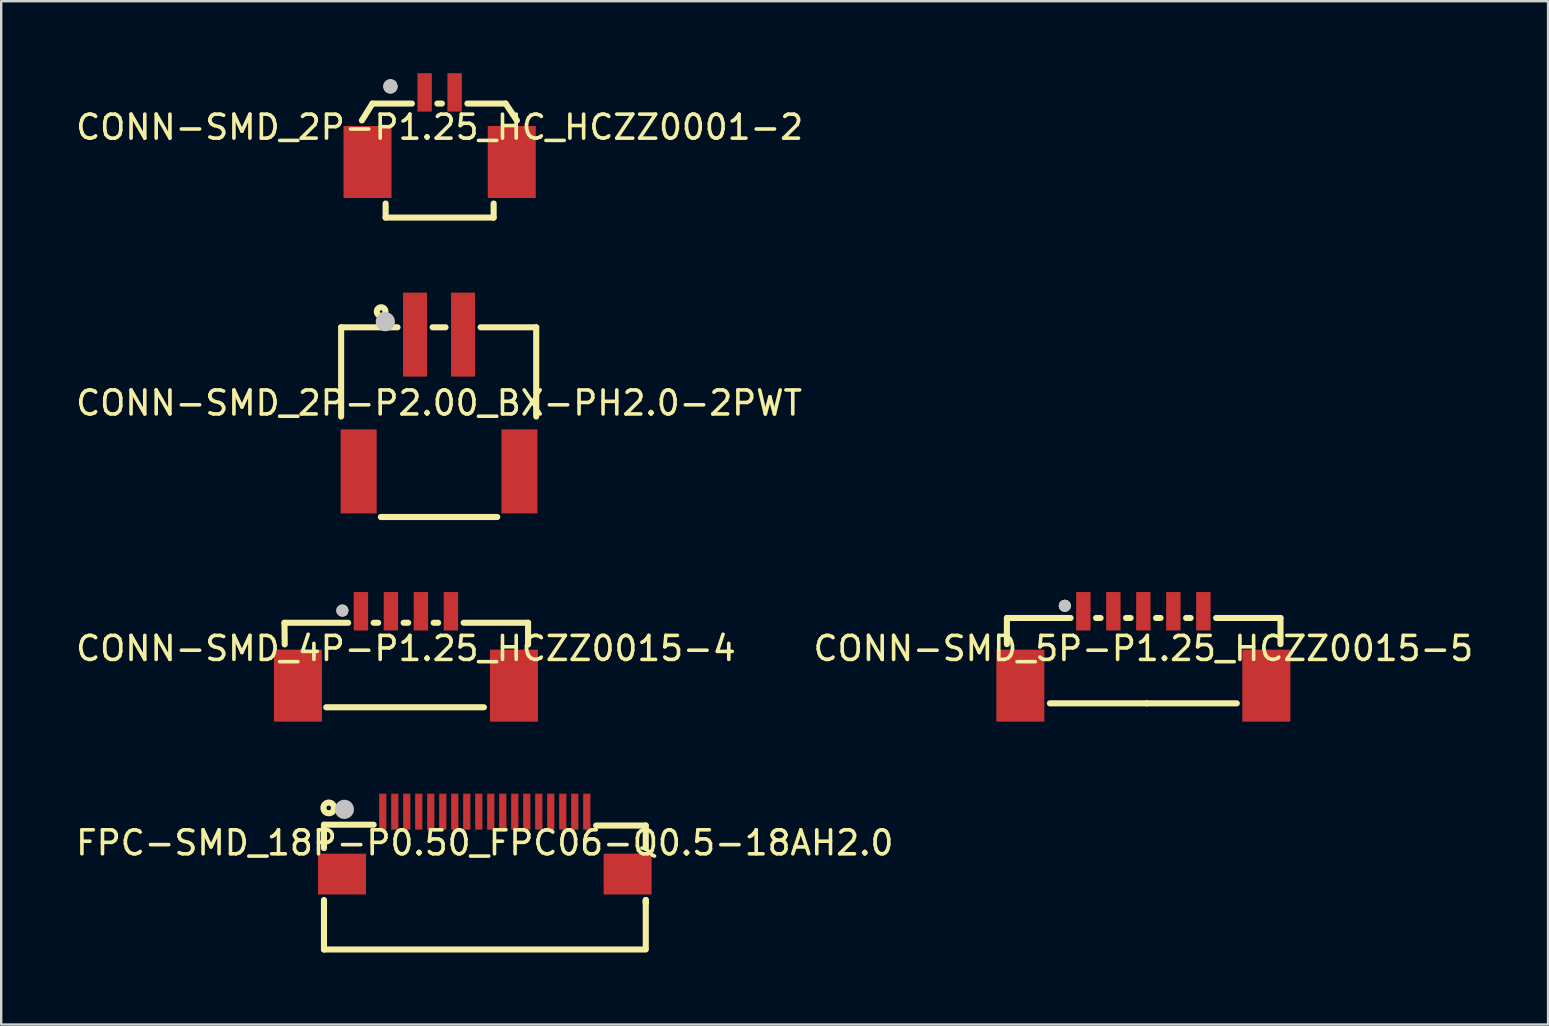
<source format=kicad_pcb>
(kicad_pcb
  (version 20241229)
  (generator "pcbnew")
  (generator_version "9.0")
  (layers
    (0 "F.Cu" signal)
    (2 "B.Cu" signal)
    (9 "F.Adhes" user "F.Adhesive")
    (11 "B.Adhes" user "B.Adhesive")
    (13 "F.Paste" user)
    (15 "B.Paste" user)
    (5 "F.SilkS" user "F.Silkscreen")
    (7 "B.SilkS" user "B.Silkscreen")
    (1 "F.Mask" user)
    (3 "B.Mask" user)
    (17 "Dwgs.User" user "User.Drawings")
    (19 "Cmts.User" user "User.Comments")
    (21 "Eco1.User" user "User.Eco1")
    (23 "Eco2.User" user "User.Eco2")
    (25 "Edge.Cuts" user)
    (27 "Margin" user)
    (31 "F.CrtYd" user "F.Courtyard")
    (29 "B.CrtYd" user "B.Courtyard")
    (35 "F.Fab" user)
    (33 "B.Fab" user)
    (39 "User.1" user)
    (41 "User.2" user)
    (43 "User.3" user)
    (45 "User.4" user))
  (footprint "CONN-SMD_4P-P1.25_HCZZ0015-4"
    (layer "F.Cu")
    (at 13.863 23.969)
    (property "Reference" "CONN-SMD_4P-P1.25_HCZZ0015-4" (at 0 0 0) (layer "F.SilkS") (effects (font (size 1 1) (thickness 0.15))))
    (fp_line (start -5.06 -1.07) (end -2.406 -1.07) (stroke (width 0.254) (type default)) (layer "F.SilkS"))
    (fp_line (start -5.05 -0.17) (end -5.06 -1.07) (stroke (width 0.254) (type default)) (layer "F.SilkS"))
    (fp_line (start -3.32 2.45) (end 3.25 2.45) (stroke (width 0.254) (type default)) (layer "F.SilkS"))
    (fp_line (start -1.344 -1.07) (end -1.156 -1.07) (stroke (width 0.254) (type default)) (layer "F.SilkS"))
    (fp_line (start -0.094 -1.07) (end 0.094 -1.07) (stroke (width 0.254) (type default)) (layer "F.SilkS"))
    (fp_line (start 1.157 -1.07) (end 1.344 -1.07) (stroke (width 0.254) (type default)) (layer "F.SilkS"))
    (fp_line (start 2.406 -1.07) (end 5.09 -1.07) (stroke (width 0.254) (type default)) (layer "F.SilkS"))
    (fp_line (start 5.09 -1.07) (end 5.09 -0.16) (stroke (width 0.254) (type default)) (layer "F.SilkS"))
    (fp_circle (center -2.647 -1.578) (end -2.52 -1.578) (stroke (width 0.254) (type default)) (fill no) (layer "F.SilkS"))
    (fp_circle (center -2.647 -1.578) (end -2.52 -1.578) (stroke (width 0.254) (type default)) (fill no) (layer "Dwgs.User"))
    (fp_poly (pts (xy -5 0.95) (xy -4 0.95) (xy -4 2.45) (xy -5 2.45)) (stroke (width 0.1) (type default)) (fill no) (layer "User.1"))
    (fp_poly (pts (xy -2.025 -1.85) (xy -1.725 -1.85) (xy -1.725 -0.85) (xy -2.025 -0.85)) (stroke (width 0.1) (type default)) (fill no) (layer "User.1"))
    (fp_poly (pts (xy -0.775 -1.85) (xy -0.475 -1.85) (xy -0.475 -0.85) (xy -0.775 -0.85)) (stroke (width 0.1) (type default)) (fill no) (layer "User.1"))
    (fp_poly (pts (xy 0.475 -1.85) (xy 0.775 -1.85) (xy 0.775 -0.85) (xy 0.475 -0.85)) (stroke (width 0.1) (type default)) (fill no) (layer "User.1"))
    (fp_poly (pts (xy 1.726 -1.85) (xy 2.026 -1.85) (xy 2.026 -0.85) (xy 1.726 -0.85)) (stroke (width 0.1) (type default)) (fill no) (layer "User.1"))
    (fp_poly (pts (xy 4 0.95) (xy 5 0.95) (xy 5 2.45) (xy 4 2.45)) (stroke (width 0.1) (type default)) (fill no) (layer "User.1"))
    (fp_line (start -5.05 -1.05) (end 5.05 -1.05) (stroke (width 0.051) (type default)) (layer "User.2"))
    (fp_line (start -5.05 2.45) (end -5.05 -1.05) (stroke (width 0.051) (type default)) (layer "User.2"))
    (fp_line (start 5.05 -1.05) (end 5.05 2.45) (stroke (width 0.051) (type default)) (layer "User.2"))
    (fp_line (start 5.05 2.45) (end -5.05 2.45) (stroke (width 0.051) (type default)) (layer "User.2"))
    (fp_poly (pts (xy -4.995 -1.873) (xy -5.027 -1.905) (xy -5.073 -1.905) (xy -5.105 -1.873) (xy -5.105 -1.827) (xy -5.073 -1.795) (xy -5.027 -1.795) (xy -4.995 -1.827)) (stroke (width 0.1) (type default)) (fill no) (layer "User.3"))
    (pad "1" smd rect (at -1.875 -1.55) (size 0.6 1.6) (layers "F.Cu" "F.Mask" "F.Paste"))
    (pad "2" smd rect (at -0.625 -1.55) (size 0.6 1.6) (layers "F.Cu" "F.Mask" "F.Paste"))
    (pad "3" smd rect (at 0.625 -1.55) (size 0.6 1.6) (layers "F.Cu" "F.Mask" "F.Paste"))
    (pad "4" smd rect (at 1.875 -1.55) (size 0.6 1.6) (layers "F.Cu" "F.Mask" "F.Paste"))
    (pad "5" smd rect (at -4.5 1.55) (size 2 3) (layers "F.Cu" "F.Mask" "F.Paste"))
    (pad "6" smd rect (at 4.5 1.55) (size 2 3) (layers "F.Cu" "F.Mask" "F.Paste")))
  (footprint "FPC-SMD_18P-P0.50_FPC06-Q0.5-18AH2.0"
    (layer "F.Cu")
    (at 17.149 32.069)
    (property "Reference" "FPC-SMD_18P-P0.50_FPC06-Q0.5-18AH2.0" (at 0 0 0) (layer "F.SilkS") (effects (font (size 1 1) (thickness 0.15))))
    (fp_line (start -6.7 -0.756) (end -6.7 0.219) (stroke (width 0.254) (type default)) (layer "F.SilkS"))
    (fp_line (start -6.7 -0.756) (end -4.631 -0.756) (stroke (width 0.254) (type default)) (layer "F.SilkS"))
    (fp_line (start -6.7 2.381) (end -6.7 2.511) (stroke (width 0.254) (type default)) (layer "F.SilkS"))
    (fp_line (start -6.7 4.443) (end -6.7 2.511) (stroke (width 0.254) (type default)) (layer "F.SilkS"))
    (fp_line (start -6.7 4.443) (end 6.708 4.443) (stroke (width 0.254) (type default)) (layer "F.SilkS"))
    (fp_line (start 6.708 -0.722) (end 4.639 -0.722) (stroke (width 0.254) (type default)) (layer "F.SilkS"))
    (fp_line (start 6.708 -0.722) (end 6.708 0.219) (stroke (width 0.254) (type default)) (layer "F.SilkS"))
    (fp_line (start 6.708 2.381) (end 6.708 2.518) (stroke (width 0.254) (type default)) (layer "F.SilkS"))
    (fp_line (start 6.708 2.454) (end 6.708 2.381) (stroke (width 0.254) (type default)) (layer "F.SilkS"))
    (fp_line (start 6.708 2.454) (end 6.708 4.386) (stroke (width 0.254) (type default)) (layer "F.SilkS"))
    (fp_circle (center -6.5 -1.456) (end -6.277 -1.456) (stroke (width 0.254) (type default)) (fill no) (layer "F.SilkS"))
    (fp_circle (center -5.85 -1.397) (end -5.65 -1.397) (stroke (width 0.4) (type default)) (fill no) (layer "Dwgs.User"))
    (fp_poly (pts (xy -5.25 0.88) (xy -5.25 1.881) (xy -6.7 1.881) (xy -6.7 0.88)) (stroke (width 0.1) (type default)) (fill no) (layer "User.1"))
    (fp_poly (pts (xy -4.35 -1.657) (xy -4.15 -1.657) (xy -4.15 -0.707) (xy -4.35 -0.707)) (stroke (width 0.1) (type default)) (fill no) (layer "User.1"))
    (fp_poly (pts (xy -3.85 -1.657) (xy -3.651 -1.657) (xy -3.651 -0.707) (xy -3.85 -0.707)) (stroke (width 0.1) (type default)) (fill no) (layer "User.1"))
    (fp_poly (pts (xy -3.35 -1.657) (xy -3.15 -1.657) (xy -3.15 -0.707) (xy -3.35 -0.707)) (stroke (width 0.1) (type default)) (fill no) (layer "User.1"))
    (fp_poly (pts (xy -2.85 -1.657) (xy -2.651 -1.657) (xy -2.651 -0.707) (xy -2.85 -0.707)) (stroke (width 0.1) (type default)) (fill no) (layer "User.1"))
    (fp_poly (pts (xy -2.35 -1.657) (xy -2.15 -1.657) (xy -2.15 -0.707) (xy -2.35 -0.707)) (stroke (width 0.1) (type default)) (fill no) (layer "User.1"))
    (fp_poly (pts (xy -1.851 -1.657) (xy -1.651 -1.657) (xy -1.651 -0.707) (xy -1.851 -0.707)) (stroke (width 0.1) (type default)) (fill no) (layer "User.1"))
    (fp_poly (pts (xy -1.35 -1.657) (xy -1.15 -1.657) (xy -1.15 -0.707) (xy -1.35 -0.707)) (stroke (width 0.1) (type default)) (fill no) (layer "User.1"))
    (fp_poly (pts (xy -0.851 -1.657) (xy -0.65 -1.657) (xy -0.65 -0.707) (xy -0.851 -0.707)) (stroke (width 0.1) (type default)) (fill no) (layer "User.1"))
    (fp_poly (pts (xy -0.35 -1.657) (xy -0.15 -1.657) (xy -0.15 -0.707) (xy -0.35 -0.707)) (stroke (width 0.1) (type default)) (fill no) (layer "User.1"))
    (fp_poly (pts (xy 0.149 -1.657) (xy 0.349 -1.657) (xy 0.349 -0.707) (xy 0.149 -0.707)) (stroke (width 0.1) (type default)) (fill no) (layer "User.1"))
    (fp_poly (pts (xy 0.65 -1.657) (xy 0.85 -1.657) (xy 0.85 -0.707) (xy 0.65 -0.707)) (stroke (width 0.1) (type default)) (fill no) (layer "User.1"))
    (fp_poly (pts (xy 1.149 -1.657) (xy 1.349 -1.657) (xy 1.349 -0.707) (xy 1.149 -0.707)) (stroke (width 0.1) (type default)) (fill no) (layer "User.1"))
    (fp_poly (pts (xy 1.65 -1.657) (xy 1.85 -1.657) (xy 1.85 -0.707) (xy 1.65 -0.707)) (stroke (width 0.1) (type default)) (fill no) (layer "User.1"))
    (fp_poly (pts (xy 2.15 -1.657) (xy 2.349 -1.657) (xy 2.349 -0.707) (xy 2.15 -0.707)) (stroke (width 0.1) (type default)) (fill no) (layer "User.1"))
    (fp_poly (pts (xy 2.65 -1.657) (xy 2.85 -1.657) (xy 2.85 -0.707) (xy 2.65 -0.707)) (stroke (width 0.1) (type default)) (fill no) (layer "User.1"))
    (fp_poly (pts (xy 3.15 -1.657) (xy 3.349 -1.657) (xy 3.349 -0.707) (xy 3.15 -0.707)) (stroke (width 0.1) (type default)) (fill no) (layer "User.1"))
    (fp_poly (pts (xy 3.65 -1.657) (xy 3.85 -1.657) (xy 3.85 -0.707) (xy 3.65 -0.707)) (stroke (width 0.1) (type default)) (fill no) (layer "User.1"))
    (fp_poly (pts (xy 4.149 -1.657) (xy 4.349 -1.657) (xy 4.349 -0.707) (xy 4.149 -0.707)) (stroke (width 0.1) (type default)) (fill no) (layer "User.1"))
    (fp_poly (pts (xy 6.7 0.881) (xy 6.7 1.881) (xy 5.25 1.881) (xy 5.25 0.881)) (stroke (width 0.1) (type default)) (fill no) (layer "User.1"))
    (fp_line (start -6.7 -0.756) (end 6.7 -0.756) (stroke (width 0.051) (type default)) (layer "User.2"))
    (fp_line (start -6.7 4.444) (end -6.7 -0.756) (stroke (width 0.051) (type default)) (layer "User.2"))
    (fp_line (start 6.7 -0.756) (end 6.7 4.444) (stroke (width 0.051) (type default)) (layer "User.2"))
    (fp_line (start 6.7 4.444) (end -6.7 4.444) (stroke (width 0.051) (type default)) (layer "User.2"))
    (fp_poly (pts (xy -6.645 -1.68) (xy -6.678 -1.712) (xy -6.723 -1.712) (xy -6.756 -1.68) (xy -6.756 -1.634) (xy -6.723 -1.602) (xy -6.678 -1.602) (xy -6.645 -1.634)) (stroke (width 0.1) (type default)) (fill no) (layer "User.3"))
    (pad "1" smd rect (at -4.25 -1.3) (size 0.3 1.5) (layers "F.Cu" "F.Mask" "F.Paste"))
    (pad "2" smd rect (at -3.75 -1.3) (size 0.3 1.5) (layers "F.Cu" "F.Mask" "F.Paste"))
    (pad "3" smd rect (at -3.25 -1.3) (size 0.3 1.5) (layers "F.Cu" "F.Mask" "F.Paste"))
    (pad "4" smd rect (at -2.75 -1.3) (size 0.3 1.5) (layers "F.Cu" "F.Mask" "F.Paste"))
    (pad "5" smd rect (at -2.25 -1.3) (size 0.3 1.5) (layers "F.Cu" "F.Mask" "F.Paste"))
    (pad "6" smd rect (at -1.75 -1.3) (size 0.3 1.5) (layers "F.Cu" "F.Mask" "F.Paste"))
    (pad "7" smd rect (at -1.25 -1.3) (size 0.3 1.5) (layers "F.Cu" "F.Mask" "F.Paste"))
    (pad "8" smd rect (at -0.75 -1.3) (size 0.3 1.5) (layers "F.Cu" "F.Mask" "F.Paste"))
    (pad "9" smd rect (at -0.25 -1.3) (size 0.3 1.5) (layers "F.Cu" "F.Mask" "F.Paste"))
    (pad "10" smd rect (at 0.25 -1.3) (size 0.3 1.5) (layers "F.Cu" "F.Mask" "F.Paste"))
    (pad "11" smd rect (at 0.75 -1.3) (size 0.3 1.5) (layers "F.Cu" "F.Mask" "F.Paste"))
    (pad "12" smd rect (at 1.25 -1.3) (size 0.3 1.5) (layers "F.Cu" "F.Mask" "F.Paste"))
    (pad "13" smd rect (at 1.75 -1.3) (size 0.3 1.5) (layers "F.Cu" "F.Mask" "F.Paste"))
    (pad "14" smd rect (at 2.25 -1.3) (size 0.3 1.5) (layers "F.Cu" "F.Mask" "F.Paste"))
    (pad "15" smd rect (at 2.75 -1.3) (size 0.3 1.5) (layers "F.Cu" "F.Mask" "F.Paste"))
    (pad "16" smd rect (at 3.25 -1.3) (size 0.3 1.5) (layers "F.Cu" "F.Mask" "F.Paste"))
    (pad "17" smd rect (at 3.75 -1.3) (size 0.3 1.5) (layers "F.Cu" "F.Mask" "F.Paste"))
    (pad "18" smd rect (at 4.25 -1.3) (size 0.3 1.5) (layers "F.Cu" "F.Mask" "F.Paste"))
    (pad "19" smd rect (at -5.95 1.3 90) (size 1.7 2) (layers "F.Cu" "F.Mask" "F.Paste"))
    (pad "20" smd rect (at 5.95 1.3 90) (size 1.7 2) (layers "F.Cu" "F.Mask" "F.Paste")))
  (footprint "CONN-SMD_2P-P2.00_BX-PH2.0-2PWT"
    (layer "F.Cu")
    (at 15.244 13.742)
    (property "Reference" "CONN-SMD_2P-P2.00_BX-PH2.0-2PWT" (at 0 0 0) (layer "F.SilkS") (effects (font (size 1 1) (thickness 0.15))))
    (fp_line (start -4.08 -3.155) (end -4.08 0.564) (stroke (width 0.254) (type default)) (layer "F.SilkS"))
    (fp_line (start -1.731 -3.155) (end -4.08 -3.155) (stroke (width 0.254) (type default)) (layer "F.SilkS"))
    (fp_line (start 0.269 -3.155) (end -0.269 -3.155) (stroke (width 0.254) (type default)) (layer "F.SilkS"))
    (fp_line (start 2.425 4.75) (end -2.425 4.75) (stroke (width 0.254) (type default)) (layer "F.SilkS"))
    (fp_line (start 4.048 -3.155) (end 1.732 -3.155) (stroke (width 0.254) (type default)) (layer "F.SilkS"))
    (fp_line (start 4.048 -3.155) (end 4.048 0.564) (stroke (width 0.254) (type default)) (layer "F.SilkS"))
    (fp_circle (center -2.413 -3.81) (end -2.233 -3.81) (stroke (width 0.254) (type default)) (fill no) (layer "F.SilkS"))
    (fp_circle (center -2.239 -3.389) (end -2.039 -3.389) (stroke (width 0.4) (type default)) (fill no) (layer "Dwgs.User"))
    (fp_poly (pts (xy -3.55 1.935) (xy -3.249 1.935) (xy -3.249 4.435) (xy -3.55 4.435)) (stroke (width 0.1) (type default)) (fill no) (layer "User.1"))
    (fp_poly (pts (xy -1.25 -4.045) (xy -0.75 -4.045) (xy -0.75 -1.545) (xy -1.25 -1.545)) (stroke (width 0.1) (type default)) (fill no) (layer "User.1"))
    (fp_poly (pts (xy 0.75 -4.045) (xy 1.25 -4.045) (xy 1.25 -1.545) (xy 0.75 -1.545)) (stroke (width 0.1) (type default)) (fill no) (layer "User.1"))
    (fp_poly (pts (xy 3.251 1.935) (xy 3.55 1.935) (xy 3.55 4.435) (xy 3.251 4.435)) (stroke (width 0.1) (type default)) (fill no) (layer "User.1"))
    (fp_line (start -3.984 -3.155) (end 4.016 -3.155) (stroke (width 0.051) (type default)) (layer "User.2"))
    (fp_line (start -3.984 4.435) (end -3.984 -3.155) (stroke (width 0.051) (type default)) (layer "User.2"))
    (fp_line (start 4.016 -3.155) (end 4.016 4.435) (stroke (width 0.051) (type default)) (layer "User.2"))
    (fp_line (start 4.016 4.435) (end -3.984 4.435) (stroke (width 0.051) (type default)) (layer "User.2"))
    (fp_poly (pts (xy -3.928 -4.068) (xy -3.961 -4.1) (xy -4.006 -4.1) (xy -4.039 -4.068) (xy -4.039 -4.022) (xy -4.006 -3.99) (xy -3.961 -3.99) (xy -3.928 -4.022)) (stroke (width 0.1) (type default)) (fill no) (layer "User.3"))
    (pad "1" smd rect (at -1 -2.85) (size 1 3.5) (layers "F.Cu" "F.Mask" "F.Paste"))
    (pad "2" smd rect (at 1 -2.85) (size 1 3.5) (layers "F.Cu" "F.Mask" "F.Paste"))
    (pad "3" smd rect (at 3.35 2.85) (size 1.5 3.5) (layers "F.Cu" "F.Mask" "F.Paste"))
    (pad "4" smd rect (at -3.35 2.85) (size 1.5 3.5) (layers "F.Cu" "F.Mask" "F.Paste")))
  (footprint "CONN-SMD_2P-P1.25_HC_HCZZ0001-2"
    (layer "F.Cu")
    (at 15.268 2.25)
    (property "Reference" "CONN-SMD_2P-P1.25_HC_HCZZ0001-2" (at 0 0 0) (layer "F.SilkS") (effects (font (size 1 1) (thickness 0.15))))
    (fp_line (start -2.8 -0.985) (end -3.24 -0.281) (stroke (width 0.254) (type default)) (layer "F.SilkS"))
    (fp_line (start -2.8 -0.985) (end -1.156 -0.985) (stroke (width 0.254) (type default)) (layer "F.SilkS"))
    (fp_line (start -2.25 3.765) (end -2.25 3.181) (stroke (width 0.254) (type default)) (layer "F.SilkS"))
    (fp_line (start -2.25 3.765) (end 2.25 3.765) (stroke (width 0.254) (type default)) (layer "F.SilkS"))
    (fp_line (start -0.094 -0.985) (end 0.094 -0.985) (stroke (width 0.254) (type default)) (layer "F.SilkS"))
    (fp_line (start 1.156 -0.985) (end 2.75 -0.985) (stroke (width 0.254) (type default)) (layer "F.SilkS"))
    (fp_line (start 2.25 3.765) (end 2.25 3.181) (stroke (width 0.254) (type default)) (layer "F.SilkS"))
    (fp_line (start 2.75 -0.985) (end 3.22 -0.281) (stroke (width 0.254) (type default)) (layer "F.SilkS"))
    (fp_circle (center -2.05 -1.7) (end -1.9 -1.7) (stroke (width 0.3) (type default)) (fill no) (layer "F.SilkS"))
    (fp_circle (center -2.05 -1.7) (end -1.9 -1.7) (stroke (width 0.3) (type default)) (fill no) (layer "Dwgs.User"))
    (fp_poly (pts (xy -3.755 0.45) (xy -2.255 0.45) (xy -2.255 2.45) (xy -3.755 2.45)) (stroke (width 0.1) (type default)) (fill no) (layer "User.1"))
    (fp_poly (pts (xy -0.775 -1.685) (xy -0.475 -1.685) (xy -0.475 -0.685) (xy -0.775 -0.685)) (stroke (width 0.1) (type default)) (fill no) (layer "User.1"))
    (fp_poly (pts (xy 0.475 -1.685) (xy 0.775 -1.685) (xy 0.775 -0.685) (xy 0.475 -0.685)) (stroke (width 0.1) (type default)) (fill no) (layer "User.1"))
    (fp_poly (pts (xy 2.255 0.45) (xy 3.755 0.45) (xy 3.755 2.45) (xy 2.255 2.45)) (stroke (width 0.1) (type default)) (fill no) (layer "User.1"))
    (fp_line (start -3.75 0.565) (end -3.75 2.415) (stroke (width 0.051) (type default)) (layer "User.2"))
    (fp_line (start -3.75 2.415) (end -2.25 2.415) (stroke (width 0.051) (type default)) (layer "User.2"))
    (fp_line (start -2.8 -0.985) (end -3.75 0.565) (stroke (width 0.051) (type default)) (layer "User.2"))
    (fp_line (start -2.25 2.415) (end -2.25 3.765) (stroke (width 0.051) (type default)) (layer "User.2"))
    (fp_line (start -2.25 3.765) (end 2.25 3.765) (stroke (width 0.051) (type default)) (layer "User.2"))
    (fp_line (start 2.25 2.415) (end 3.75 2.415) (stroke (width 0.051) (type default)) (layer "User.2"))
    (fp_line (start 2.25 3.765) (end 2.25 2.415) (stroke (width 0.051) (type default)) (layer "User.2"))
    (fp_line (start 2.75 -0.985) (end -2.8 -0.985) (stroke (width 0.051) (type default)) (layer "User.2"))
    (fp_line (start 3.75 0.565) (end 2.75 -0.985) (stroke (width 0.051) (type default)) (layer "User.2"))
    (fp_line (start 3.75 2.415) (end 3.75 0.565) (stroke (width 0.051) (type default)) (layer "User.2"))
    (fp_poly (pts (xy -3.7 -1.708) (xy -3.732 -1.74) (xy -3.778 -1.74) (xy -3.81 -1.708) (xy -3.81 -1.662) (xy -3.778 -1.63) (xy -3.732 -1.63) (xy -3.7 -1.662)) (stroke (width 0.1) (type default)) (fill no) (layer "User.3"))
    (pad "1" smd rect (at -0.625 -1.45) (size 0.6 1.6) (layers "F.Cu" "F.Mask" "F.Paste"))
    (pad "2" smd rect (at 0.625 -1.45) (size 0.6 1.6) (layers "F.Cu" "F.Mask" "F.Paste"))
    (pad "3" smd rect (at -3.005 1.45) (size 2 3) (layers "F.Cu" "F.Mask" "F.Paste"))
    (pad "4" smd rect (at 3.005 1.45) (size 2 3) (layers "F.Cu" "F.Mask" "F.Paste")))
  (footprint "CONN-SMD_5P-P1.25_HCZZ0015-5"
    (layer "F.Cu")
    (at 44.589 23.969)
    (property "Reference" "CONN-SMD_5P-P1.25_HCZZ0015-5" (at 0 0 0) (layer "F.SilkS") (effects (font (size 1 1) (thickness 0.15))))
    (fp_line (start -5.685 -1.27) (end -3.031 -1.27) (stroke (width 0.254) (type default)) (layer "F.SilkS"))
    (fp_line (start -5.685 -0.181) (end -5.685 -1.27) (stroke (width 0.254) (type default)) (layer "F.SilkS"))
    (fp_line (start -1.969 -1.27) (end -1.781 -1.27) (stroke (width 0.254) (type default)) (layer "F.SilkS"))
    (fp_line (start -0.719 -1.27) (end -0.531 -1.27) (stroke (width 0.254) (type default)) (layer "F.SilkS"))
    (fp_line (start 0.144 2.286) (end -3.894 2.286) (stroke (width 0.254) (type default)) (layer "F.SilkS"))
    (fp_line (start 0.144 2.286) (end 3.894 2.286) (stroke (width 0.254) (type default)) (layer "F.SilkS"))
    (fp_line (start 0.531 -1.27) (end 0.719 -1.27) (stroke (width 0.254) (type default)) (layer "F.SilkS"))
    (fp_line (start 1.782 -1.27) (end 1.97 -1.27) (stroke (width 0.254) (type default)) (layer "F.SilkS"))
    (fp_line (start 3.031 -1.27) (end 5.715 -1.27) (stroke (width 0.254) (type default)) (layer "F.SilkS"))
    (fp_line (start 5.715 -1.27) (end 5.715 -0.181) (stroke (width 0.254) (type default)) (layer "F.SilkS"))
    (fp_circle (center -3.272 -1.778) (end -3.145 -1.778) (stroke (width 0.254) (type default)) (fill no) (layer "F.SilkS"))
    (fp_circle (center -3.272 -1.778) (end -3.145 -1.778) (stroke (width 0.254) (type default)) (fill no) (layer "Dwgs.User"))
    (fp_poly (pts (xy -5.625 0.75) (xy -4.625 0.75) (xy -4.625 2.25) (xy -5.625 2.25)) (stroke (width 0.1) (type default)) (fill no) (layer "User.1"))
    (fp_poly (pts (xy -2.65 -2.05) (xy -2.35 -2.05) (xy -2.35 -1.05) (xy -2.65 -1.05)) (stroke (width 0.1) (type default)) (fill no) (layer "User.1"))
    (fp_poly (pts (xy -1.4 -2.05) (xy -1.1 -2.05) (xy -1.1 -1.05) (xy -1.4 -1.05)) (stroke (width 0.1) (type default)) (fill no) (layer "User.1"))
    (fp_poly (pts (xy -0.149 -2.05) (xy 0.15 -2.05) (xy 0.15 -1.05) (xy -0.149 -1.05)) (stroke (width 0.1) (type default)) (fill no) (layer "User.1"))
    (fp_poly (pts (xy 1.101 -2.05) (xy 1.401 -2.05) (xy 1.401 -1.05) (xy 1.101 -1.05)) (stroke (width 0.1) (type default)) (fill no) (layer "User.1"))
    (fp_poly (pts (xy 2.35 -2.05) (xy 2.651 -2.05) (xy 2.651 -1.05) (xy 2.35 -1.05)) (stroke (width 0.1) (type default)) (fill no) (layer "User.1"))
    (fp_poly (pts (xy 4.625 0.75) (xy 5.625 0.75) (xy 5.625 2.25) (xy 4.625 2.25)) (stroke (width 0.1) (type default)) (fill no) (layer "User.1"))
    (fp_line (start -5.675 -1.25) (end 5.675 -1.25) (stroke (width 0.051) (type default)) (layer "User.2"))
    (fp_line (start -5.675 2.25) (end -5.675 -1.25) (stroke (width 0.051) (type default)) (layer "User.2"))
    (fp_line (start 5.675 -1.25) (end 5.675 2.25) (stroke (width 0.051) (type default)) (layer "User.2"))
    (fp_line (start 5.675 2.25) (end -5.675 2.25) (stroke (width 0.051) (type default)) (layer "User.2"))
    (fp_poly (pts (xy -5.62 -2.073) (xy -5.652 -2.105) (xy -5.698 -2.105) (xy -5.73 -2.073) (xy -5.73 -2.027) (xy -5.698 -1.995) (xy -5.652 -1.995) (xy -5.62 -2.027)) (stroke (width 0.1) (type default)) (fill no) (layer "User.3"))
    (pad "1" smd rect (at -2.5 -1.55) (size 0.6 1.6) (layers "F.Cu" "F.Mask" "F.Paste"))
    (pad "2" smd rect (at -1.25 -1.55) (size 0.6 1.6) (layers "F.Cu" "F.Mask" "F.Paste"))
    (pad "3" smd rect (at 0.001 -1.55) (size 0.6 1.6) (layers "F.Cu" "F.Mask" "F.Paste"))
    (pad "4" smd rect (at 1.25 -1.55) (size 0.6 1.6) (layers "F.Cu" "F.Mask" "F.Paste"))
    (pad "5" smd rect (at 2.501 -1.55) (size 0.6 1.6) (layers "F.Cu" "F.Mask" "F.Paste"))
    (pad "6" smd rect (at -5.125 1.55) (size 2 3) (layers "F.Cu" "F.Mask" "F.Paste"))
    (pad "7" smd rect (at 5.125 1.55) (size 2 3) (layers "F.Cu" "F.Mask" "F.Paste")))
  (gr_rect
    (start -3 -3)
    (end 61.452 39.639)
    (stroke (width 0.1) (type default))
    (fill no)
    (layer "Edge.Cuts")))
</source>
